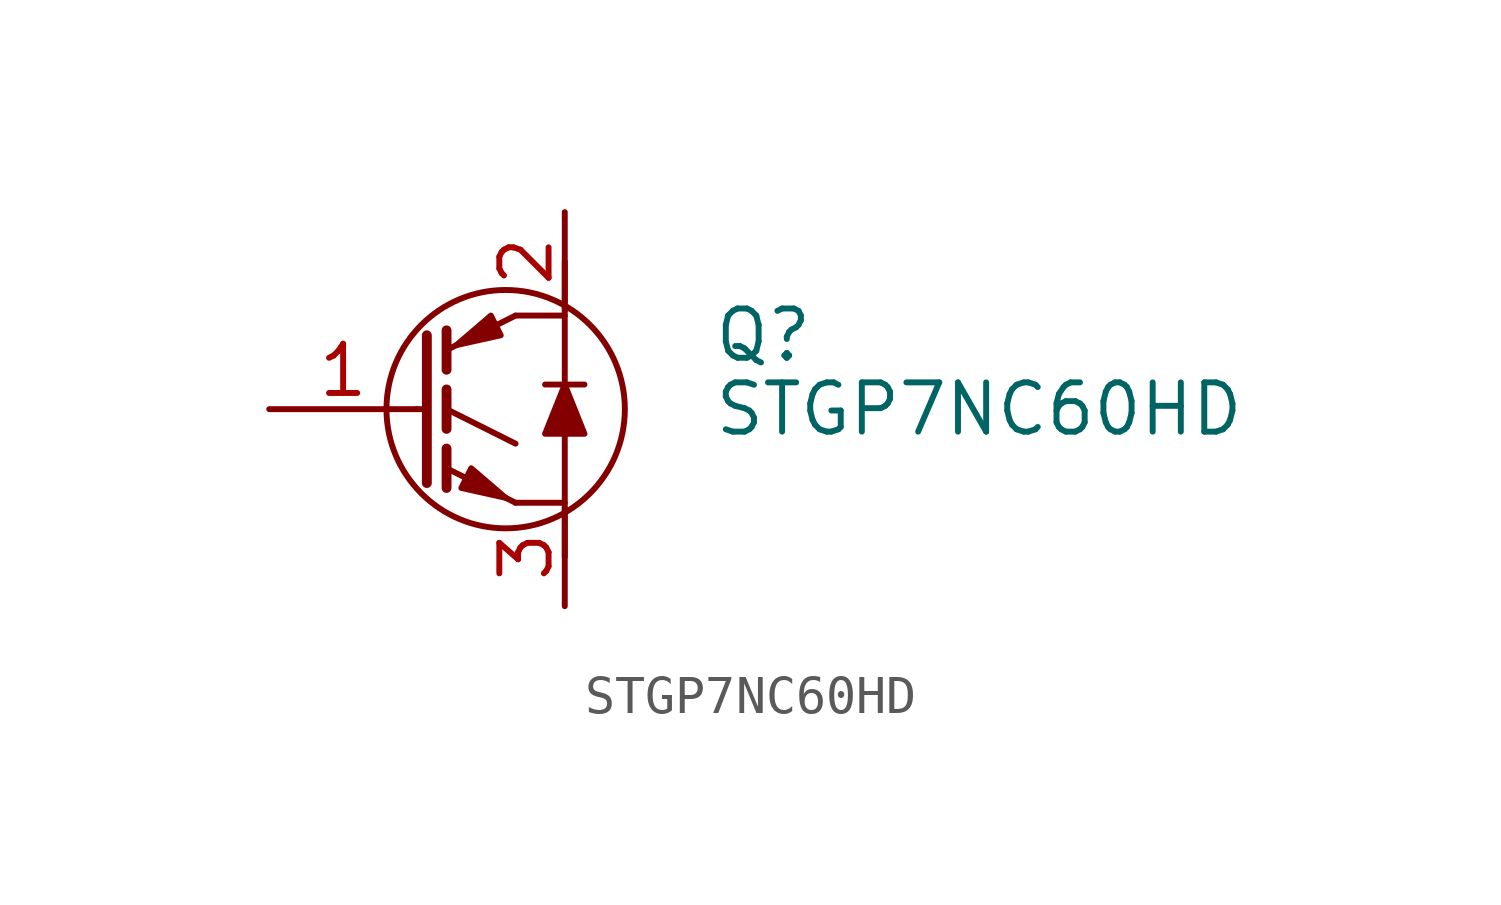
<source format=kicad_sym>
(kicad_symbol_lib
  (version 20231120)
  (generator "kicad_symbol_editor")
  (generator_version "8.0")
  (symbol "STGP7NC60HD"
    (pin_names
      (offset 0) hide)
    (property "Reference" "Q"
      (at 6.35 1.905 0)
      (effects (font (size 1.27 1.27)) (justify left)))
    (property "Value" "STGP7NC60HD"
      (at 6.35 0 0)
      (effects (font (size 1.27 1.27)) (justify left)))
    (symbol "STGP7NC60HD_0_1"
      (polyline (pts (xy -1.27 0) (xy -1.016 0)) (stroke (width 0) (type default)) (fill (type none)))
      (polyline (pts (xy 1.27 -2.413) (xy 2.54 -2.413)) (stroke (width 0) (type default)) (fill (type none)))
      (polyline (pts (xy 1.27 2.413) (xy 2.54 2.413)) (stroke (width 0) (type default)) (fill (type none)))
      (polyline (pts (xy 2.032 0.635) (xy 3.048 0.635)) (stroke (width 0) (type default)) (fill (type none)))
      (polyline (pts (xy 2.54 3.81) (xy 2.54 -3.81)) (stroke (width 0) (type default)) (fill (type none)))
      (polyline (pts (xy 2.54 0.635) (xy 2.032 -0.635) (xy 3.048 -0.635) (xy 2.54 0.635)) (stroke (width 0) (type default)) (fill (type outline)))
      (circle (center 1.016 0) (radius 3.073) (stroke (width 0) (type default)) (fill (type none))))
    (symbol "STGP7NC60HD_1_1"
      (polyline (pts (xy -0.508 -1.016) (xy -0.508 -2.032)) (stroke (width 0.254) (type default)) (fill (type none)))
      (polyline (pts (xy -0.508 0.508) (xy -0.508 -0.508)) (stroke (width 0.254) (type default)) (fill (type none)))
      (polyline (pts (xy -0.508 2.032) (xy -0.508 1.016)) (stroke (width 0.254) (type default)) (fill (type none)))
      (polyline (pts (xy 1.27 -2.413) (xy -0.508 -1.524)) (stroke (width 0) (type default)) (fill (type none)))
      (polyline (pts (xy 1.27 -0.889) (xy -0.508 0)) (stroke (width 0) (type default)) (fill (type none)))
      (polyline (pts (xy 1.27 2.413) (xy -0.508 1.524)) (stroke (width 0) (type default)) (fill (type none)))
      (polyline (pts (xy -1.016 1.905) (xy -1.016 -1.905) (xy -1.016 -1.905)) (stroke (width 0.254) (type default)) (fill (type none)))
      (polyline (pts (xy -0.127 -2.032) (xy 0.127 -1.524) (xy 1.016 -2.286) (xy -0.127 -2.032)) (stroke (width 0) (type default)) (fill (type outline)))
      (polyline (pts (xy 0.889 1.905) (xy 0.635 2.413) (xy -0.254 1.651) (xy 0.889 1.905)) (stroke (width 0) (type default)) (fill (type outline)))
      (pin input line (at -5.08 0 0) (length 3.81) (name "G" (effects (font (size 1.27 1.27)))) (number "1" (effects (font (size 1.27 1.27)))))
      (pin passive line (at 2.54 5.08 270) (length 2.54) (name "C" (effects (font (size 1.27 1.27)))) (number "2" (effects (font (size 1.27 1.27)))))
      (pin passive line (at 2.54 -5.08 90) (length 2.54) (name "E" (effects (font (size 1.27 1.27)))) (number "3" (effects (font (size 1.27 1.27))))))))
</source>
